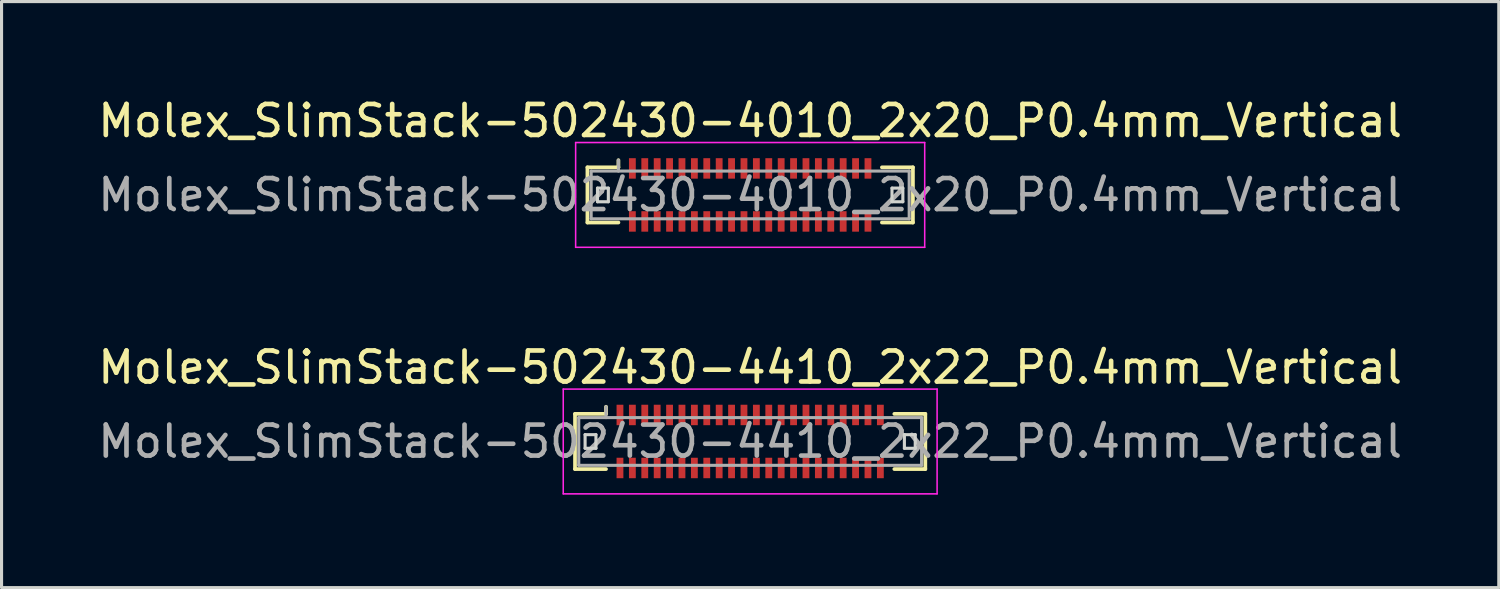
<source format=kicad_pcb>
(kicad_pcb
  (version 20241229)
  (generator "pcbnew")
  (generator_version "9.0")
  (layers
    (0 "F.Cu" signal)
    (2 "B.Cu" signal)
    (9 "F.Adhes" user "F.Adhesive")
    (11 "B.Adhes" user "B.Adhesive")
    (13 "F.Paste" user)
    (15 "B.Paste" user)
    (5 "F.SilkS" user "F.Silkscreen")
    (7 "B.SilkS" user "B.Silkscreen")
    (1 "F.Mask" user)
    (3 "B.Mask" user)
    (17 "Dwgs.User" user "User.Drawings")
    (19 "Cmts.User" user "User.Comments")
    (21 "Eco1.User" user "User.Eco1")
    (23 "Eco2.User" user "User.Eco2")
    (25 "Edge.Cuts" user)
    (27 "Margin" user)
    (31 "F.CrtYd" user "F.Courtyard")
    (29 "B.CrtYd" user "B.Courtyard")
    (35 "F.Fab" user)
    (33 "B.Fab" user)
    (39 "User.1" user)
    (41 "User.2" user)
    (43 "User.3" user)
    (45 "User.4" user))
  (footprint "Molex_SlimStack-502430-4410_2x22_P0.4mm_Vertical"
    (layer "F.Cu")
    (at 21.149 11.191)
    (property "Reference" "Molex_SlimStack-502430-4410_2x22_P0.4mm_Vertical" (at 0 -2.39 0) (layer "F.SilkS") (effects (font (size 1 1) (thickness 0.15))))
    (attr smd)
    (fp_line (start -5.65 -0.89) (end -4.65 -0.89) (stroke (width 0.12) (type solid)) (layer "F.SilkS"))
    (fp_line (start -5.65 0.89) (end -5.65 -0.89) (stroke (width 0.12) (type solid)) (layer "F.SilkS"))
    (fp_line (start -4.65 -0.89) (end -4.65 -1.12) (stroke (width 0.12) (type solid)) (layer "F.SilkS"))
    (fp_line (start -4.65 0.89) (end -5.65 0.89) (stroke (width 0.12) (type solid)) (layer "F.SilkS"))
    (fp_line (start 4.65 0.89) (end 5.65 0.89) (stroke (width 0.12) (type solid)) (layer "F.SilkS"))
    (fp_line (start 5.65 -0.89) (end 4.65 -0.89) (stroke (width 0.12) (type solid)) (layer "F.SilkS"))
    (fp_line (start 5.65 0.89) (end 5.65 -0.89) (stroke (width 0.12) (type solid)) (layer "F.SilkS"))
    (fp_line (start -5.325 -0.22) (end -5.325 0.22) (stroke (width 0.1) (type solid)) (layer "Edge.Cuts"))
    (fp_line (start -5.325 0.22) (end -4.975 0.22) (stroke (width 0.1) (type solid)) (layer "Edge.Cuts"))
    (fp_line (start -4.975 -0.22) (end -5.325 -0.22) (stroke (width 0.1) (type solid)) (layer "Edge.Cuts"))
    (fp_line (start -4.975 0.22) (end -4.975 -0.22) (stroke (width 0.1) (type solid)) (layer "Edge.Cuts"))
    (fp_line (start 4.975 -0.22) (end 4.975 0.22) (stroke (width 0.1) (type solid)) (layer "Edge.Cuts"))
    (fp_line (start 4.975 0.22) (end 5.325 0.22) (stroke (width 0.1) (type solid)) (layer "Edge.Cuts"))
    (fp_line (start 5.325 -0.22) (end 4.975 -0.22) (stroke (width 0.1) (type solid)) (layer "Edge.Cuts"))
    (fp_line (start 5.325 0.22) (end 5.325 -0.22) (stroke (width 0.1) (type solid)) (layer "Edge.Cuts"))
    (fp_line (start -6.03 -1.69) (end -6.03 1.69) (stroke (width 0.05) (type solid)) (layer "F.CrtYd"))
    (fp_line (start -6.03 1.69) (end 6.03 1.69) (stroke (width 0.05) (type solid)) (layer "F.CrtYd"))
    (fp_line (start 6.03 -1.69) (end -6.03 -1.69) (stroke (width 0.05) (type solid)) (layer "F.CrtYd"))
    (fp_line (start 6.03 1.69) (end 6.03 -1.69) (stroke (width 0.05) (type solid)) (layer "F.CrtYd"))
    (fp_line (start -5.53 -0.77) (end -5.53 0.77) (stroke (width 0.1) (type solid)) (layer "F.Fab"))
    (fp_line (start -5.53 0.77) (end 5.53 0.77) (stroke (width 0.1) (type solid)) (layer "F.Fab"))
    (fp_line (start -4.65 -0.77) (end -4.65 -1.12) (stroke (width 0.1) (type solid)) (layer "F.Fab"))
    (fp_line (start 5.53 -0.77) (end -5.53 -0.77) (stroke (width 0.1) (type solid)) (layer "F.Fab"))
    (fp_line (start 5.53 0.77) (end 5.53 -0.77) (stroke (width 0.1) (type solid)) (layer "F.Fab"))
    (fp_text user "${REFERENCE}" (at 0 0 0) (layer "F.Fab") (effects (font (size 1 1) (thickness 0.15))))
    (pad "1" smd rect (at -4.2 -0.855) (size 0.22 0.66) (layers "F.Cu" "F.Mask" "F.Paste"))
    (pad "2" smd rect (at -4.2 0.855) (size 0.22 0.66) (layers "F.Cu" "F.Mask" "F.Paste"))
    (pad "3" smd rect (at -3.8 -0.855) (size 0.22 0.66) (layers "F.Cu" "F.Mask" "F.Paste"))
    (pad "4" smd rect (at -3.8 0.855) (size 0.22 0.66) (layers "F.Cu" "F.Mask" "F.Paste"))
    (pad "5" smd rect (at -3.4 -0.855) (size 0.22 0.66) (layers "F.Cu" "F.Mask" "F.Paste"))
    (pad "6" smd rect (at -3.4 0.855) (size 0.22 0.66) (layers "F.Cu" "F.Mask" "F.Paste"))
    (pad "7" smd rect (at -3 -0.855) (size 0.22 0.66) (layers "F.Cu" "F.Mask" "F.Paste"))
    (pad "8" smd rect (at -3 0.855) (size 0.22 0.66) (layers "F.Cu" "F.Mask" "F.Paste"))
    (pad "9" smd rect (at -2.6 -0.855) (size 0.22 0.66) (layers "F.Cu" "F.Mask" "F.Paste"))
    (pad "10" smd rect (at -2.6 0.855) (size 0.22 0.66) (layers "F.Cu" "F.Mask" "F.Paste"))
    (pad "11" smd rect (at -2.2 -0.855) (size 0.22 0.66) (layers "F.Cu" "F.Mask" "F.Paste"))
    (pad "12" smd rect (at -2.2 0.855) (size 0.22 0.66) (layers "F.Cu" "F.Mask" "F.Paste"))
    (pad "13" smd rect (at -1.8 -0.855) (size 0.22 0.66) (layers "F.Cu" "F.Mask" "F.Paste"))
    (pad "14" smd rect (at -1.8 0.855) (size 0.22 0.66) (layers "F.Cu" "F.Mask" "F.Paste"))
    (pad "15" smd rect (at -1.4 -0.855) (size 0.22 0.66) (layers "F.Cu" "F.Mask" "F.Paste"))
    (pad "16" smd rect (at -1.4 0.855) (size 0.22 0.66) (layers "F.Cu" "F.Mask" "F.Paste"))
    (pad "17" smd rect (at -1 -0.855) (size 0.22 0.66) (layers "F.Cu" "F.Mask" "F.Paste"))
    (pad "18" smd rect (at -1 0.855) (size 0.22 0.66) (layers "F.Cu" "F.Mask" "F.Paste"))
    (pad "19" smd rect (at -0.6 -0.855) (size 0.22 0.66) (layers "F.Cu" "F.Mask" "F.Paste"))
    (pad "20" smd rect (at -0.6 0.855) (size 0.22 0.66) (layers "F.Cu" "F.Mask" "F.Paste"))
    (pad "21" smd rect (at -0.2 -0.855) (size 0.22 0.66) (layers "F.Cu" "F.Mask" "F.Paste"))
    (pad "22" smd rect (at -0.2 0.855) (size 0.22 0.66) (layers "F.Cu" "F.Mask" "F.Paste"))
    (pad "23" smd rect (at 0.2 -0.855) (size 0.22 0.66) (layers "F.Cu" "F.Mask" "F.Paste"))
    (pad "24" smd rect (at 0.2 0.855) (size 0.22 0.66) (layers "F.Cu" "F.Mask" "F.Paste"))
    (pad "25" smd rect (at 0.6 -0.855) (size 0.22 0.66) (layers "F.Cu" "F.Mask" "F.Paste"))
    (pad "26" smd rect (at 0.6 0.855) (size 0.22 0.66) (layers "F.Cu" "F.Mask" "F.Paste"))
    (pad "27" smd rect (at 1 -0.855) (size 0.22 0.66) (layers "F.Cu" "F.Mask" "F.Paste"))
    (pad "28" smd rect (at 1 0.855) (size 0.22 0.66) (layers "F.Cu" "F.Mask" "F.Paste"))
    (pad "29" smd rect (at 1.4 -0.855) (size 0.22 0.66) (layers "F.Cu" "F.Mask" "F.Paste"))
    (pad "30" smd rect (at 1.4 0.855) (size 0.22 0.66) (layers "F.Cu" "F.Mask" "F.Paste"))
    (pad "31" smd rect (at 1.8 -0.855) (size 0.22 0.66) (layers "F.Cu" "F.Mask" "F.Paste"))
    (pad "32" smd rect (at 1.8 0.855) (size 0.22 0.66) (layers "F.Cu" "F.Mask" "F.Paste"))
    (pad "33" smd rect (at 2.2 -0.855) (size 0.22 0.66) (layers "F.Cu" "F.Mask" "F.Paste"))
    (pad "34" smd rect (at 2.2 0.855) (size 0.22 0.66) (layers "F.Cu" "F.Mask" "F.Paste"))
    (pad "35" smd rect (at 2.6 -0.855) (size 0.22 0.66) (layers "F.Cu" "F.Mask" "F.Paste"))
    (pad "36" smd rect (at 2.6 0.855) (size 0.22 0.66) (layers "F.Cu" "F.Mask" "F.Paste"))
    (pad "37" smd rect (at 3 -0.855) (size 0.22 0.66) (layers "F.Cu" "F.Mask" "F.Paste"))
    (pad "38" smd rect (at 3 0.855) (size 0.22 0.66) (layers "F.Cu" "F.Mask" "F.Paste"))
    (pad "39" smd rect (at 3.4 -0.855) (size 0.22 0.66) (layers "F.Cu" "F.Mask" "F.Paste"))
    (pad "40" smd rect (at 3.4 0.855) (size 0.22 0.66) (layers "F.Cu" "F.Mask" "F.Paste"))
    (pad "41" smd rect (at 3.8 -0.855) (size 0.22 0.66) (layers "F.Cu" "F.Mask" "F.Paste"))
    (pad "42" smd rect (at 3.8 0.855) (size 0.22 0.66) (layers "F.Cu" "F.Mask" "F.Paste"))
    (pad "43" smd rect (at 4.2 -0.855) (size 0.22 0.66) (layers "F.Cu" "F.Mask" "F.Paste"))
    (pad "44" smd rect (at 4.2 0.855) (size 0.22 0.66) (layers "F.Cu" "F.Mask" "F.Paste")))
  (footprint "Molex_SlimStack-502430-4010_2x20_P0.4mm_Vertical"
    (layer "F.Cu")
    (at 21.149 3.238)
    (property "Reference" "Molex_SlimStack-502430-4010_2x20_P0.4mm_Vertical" (at 0 -2.39 0) (layer "F.SilkS") (effects (font (size 1 1) (thickness 0.15))))
    (attr smd)
    (fp_line (start -5.25 -0.89) (end -4.25 -0.89) (stroke (width 0.12) (type solid)) (layer "F.SilkS"))
    (fp_line (start -5.25 0.89) (end -5.25 -0.89) (stroke (width 0.12) (type solid)) (layer "F.SilkS"))
    (fp_line (start -4.25 -0.89) (end -4.25 -1.12) (stroke (width 0.12) (type solid)) (layer "F.SilkS"))
    (fp_line (start -4.25 0.89) (end -5.25 0.89) (stroke (width 0.12) (type solid)) (layer "F.SilkS"))
    (fp_line (start 4.25 0.89) (end 5.25 0.89) (stroke (width 0.12) (type solid)) (layer "F.SilkS"))
    (fp_line (start 5.25 -0.89) (end 4.25 -0.89) (stroke (width 0.12) (type solid)) (layer "F.SilkS"))
    (fp_line (start 5.25 0.89) (end 5.25 -0.89) (stroke (width 0.12) (type solid)) (layer "F.SilkS"))
    (fp_line (start -4.925 -0.22) (end -4.925 0.22) (stroke (width 0.1) (type solid)) (layer "Edge.Cuts"))
    (fp_line (start -4.925 0.22) (end -4.575 0.22) (stroke (width 0.1) (type solid)) (layer "Edge.Cuts"))
    (fp_line (start -4.575 -0.22) (end -4.925 -0.22) (stroke (width 0.1) (type solid)) (layer "Edge.Cuts"))
    (fp_line (start -4.575 0.22) (end -4.575 -0.22) (stroke (width 0.1) (type solid)) (layer "Edge.Cuts"))
    (fp_line (start 4.575 -0.22) (end 4.575 0.22) (stroke (width 0.1) (type solid)) (layer "Edge.Cuts"))
    (fp_line (start 4.575 0.22) (end 4.925 0.22) (stroke (width 0.1) (type solid)) (layer "Edge.Cuts"))
    (fp_line (start 4.925 -0.22) (end 4.575 -0.22) (stroke (width 0.1) (type solid)) (layer "Edge.Cuts"))
    (fp_line (start 4.925 0.22) (end 4.925 -0.22) (stroke (width 0.1) (type solid)) (layer "Edge.Cuts"))
    (fp_line (start -5.63 -1.69) (end -5.63 1.69) (stroke (width 0.05) (type solid)) (layer "F.CrtYd"))
    (fp_line (start -5.63 1.69) (end 5.63 1.69) (stroke (width 0.05) (type solid)) (layer "F.CrtYd"))
    (fp_line (start 5.63 -1.69) (end -5.63 -1.69) (stroke (width 0.05) (type solid)) (layer "F.CrtYd"))
    (fp_line (start 5.63 1.69) (end 5.63 -1.69) (stroke (width 0.05) (type solid)) (layer "F.CrtYd"))
    (fp_line (start -5.13 -0.77) (end -5.13 0.77) (stroke (width 0.1) (type solid)) (layer "F.Fab"))
    (fp_line (start -5.13 0.77) (end 5.13 0.77) (stroke (width 0.1) (type solid)) (layer "F.Fab"))
    (fp_line (start -4.25 -0.77) (end -4.25 -1.12) (stroke (width 0.1) (type solid)) (layer "F.Fab"))
    (fp_line (start 5.13 -0.77) (end -5.13 -0.77) (stroke (width 0.1) (type solid)) (layer "F.Fab"))
    (fp_line (start 5.13 0.77) (end 5.13 -0.77) (stroke (width 0.1) (type solid)) (layer "F.Fab"))
    (fp_text user "${REFERENCE}" (at 0 0 0) (layer "F.Fab") (effects (font (size 1 1) (thickness 0.15))))
    (pad "1" smd rect (at -3.8 -0.855) (size 0.22 0.66) (layers "F.Cu" "F.Mask" "F.Paste"))
    (pad "2" smd rect (at -3.8 0.855) (size 0.22 0.66) (layers "F.Cu" "F.Mask" "F.Paste"))
    (pad "3" smd rect (at -3.4 -0.855) (size 0.22 0.66) (layers "F.Cu" "F.Mask" "F.Paste"))
    (pad "4" smd rect (at -3.4 0.855) (size 0.22 0.66) (layers "F.Cu" "F.Mask" "F.Paste"))
    (pad "5" smd rect (at -3 -0.855) (size 0.22 0.66) (layers "F.Cu" "F.Mask" "F.Paste"))
    (pad "6" smd rect (at -3 0.855) (size 0.22 0.66) (layers "F.Cu" "F.Mask" "F.Paste"))
    (pad "7" smd rect (at -2.6 -0.855) (size 0.22 0.66) (layers "F.Cu" "F.Mask" "F.Paste"))
    (pad "8" smd rect (at -2.6 0.855) (size 0.22 0.66) (layers "F.Cu" "F.Mask" "F.Paste"))
    (pad "9" smd rect (at -2.2 -0.855) (size 0.22 0.66) (layers "F.Cu" "F.Mask" "F.Paste"))
    (pad "10" smd rect (at -2.2 0.855) (size 0.22 0.66) (layers "F.Cu" "F.Mask" "F.Paste"))
    (pad "11" smd rect (at -1.8 -0.855) (size 0.22 0.66) (layers "F.Cu" "F.Mask" "F.Paste"))
    (pad "12" smd rect (at -1.8 0.855) (size 0.22 0.66) (layers "F.Cu" "F.Mask" "F.Paste"))
    (pad "13" smd rect (at -1.4 -0.855) (size 0.22 0.66) (layers "F.Cu" "F.Mask" "F.Paste"))
    (pad "14" smd rect (at -1.4 0.855) (size 0.22 0.66) (layers "F.Cu" "F.Mask" "F.Paste"))
    (pad "15" smd rect (at -1 -0.855) (size 0.22 0.66) (layers "F.Cu" "F.Mask" "F.Paste"))
    (pad "16" smd rect (at -1 0.855) (size 0.22 0.66) (layers "F.Cu" "F.Mask" "F.Paste"))
    (pad "17" smd rect (at -0.6 -0.855) (size 0.22 0.66) (layers "F.Cu" "F.Mask" "F.Paste"))
    (pad "18" smd rect (at -0.6 0.855) (size 0.22 0.66) (layers "F.Cu" "F.Mask" "F.Paste"))
    (pad "19" smd rect (at -0.2 -0.855) (size 0.22 0.66) (layers "F.Cu" "F.Mask" "F.Paste"))
    (pad "20" smd rect (at -0.2 0.855) (size 0.22 0.66) (layers "F.Cu" "F.Mask" "F.Paste"))
    (pad "21" smd rect (at 0.2 -0.855) (size 0.22 0.66) (layers "F.Cu" "F.Mask" "F.Paste"))
    (pad "22" smd rect (at 0.2 0.855) (size 0.22 0.66) (layers "F.Cu" "F.Mask" "F.Paste"))
    (pad "23" smd rect (at 0.6 -0.855) (size 0.22 0.66) (layers "F.Cu" "F.Mask" "F.Paste"))
    (pad "24" smd rect (at 0.6 0.855) (size 0.22 0.66) (layers "F.Cu" "F.Mask" "F.Paste"))
    (pad "25" smd rect (at 1 -0.855) (size 0.22 0.66) (layers "F.Cu" "F.Mask" "F.Paste"))
    (pad "26" smd rect (at 1 0.855) (size 0.22 0.66) (layers "F.Cu" "F.Mask" "F.Paste"))
    (pad "27" smd rect (at 1.4 -0.855) (size 0.22 0.66) (layers "F.Cu" "F.Mask" "F.Paste"))
    (pad "28" smd rect (at 1.4 0.855) (size 0.22 0.66) (layers "F.Cu" "F.Mask" "F.Paste"))
    (pad "29" smd rect (at 1.8 -0.855) (size 0.22 0.66) (layers "F.Cu" "F.Mask" "F.Paste"))
    (pad "30" smd rect (at 1.8 0.855) (size 0.22 0.66) (layers "F.Cu" "F.Mask" "F.Paste"))
    (pad "31" smd rect (at 2.2 -0.855) (size 0.22 0.66) (layers "F.Cu" "F.Mask" "F.Paste"))
    (pad "32" smd rect (at 2.2 0.855) (size 0.22 0.66) (layers "F.Cu" "F.Mask" "F.Paste"))
    (pad "33" smd rect (at 2.6 -0.855) (size 0.22 0.66) (layers "F.Cu" "F.Mask" "F.Paste"))
    (pad "34" smd rect (at 2.6 0.855) (size 0.22 0.66) (layers "F.Cu" "F.Mask" "F.Paste"))
    (pad "35" smd rect (at 3 -0.855) (size 0.22 0.66) (layers "F.Cu" "F.Mask" "F.Paste"))
    (pad "36" smd rect (at 3 0.855) (size 0.22 0.66) (layers "F.Cu" "F.Mask" "F.Paste"))
    (pad "37" smd rect (at 3.4 -0.855) (size 0.22 0.66) (layers "F.Cu" "F.Mask" "F.Paste"))
    (pad "38" smd rect (at 3.4 0.855) (size 0.22 0.66) (layers "F.Cu" "F.Mask" "F.Paste"))
    (pad "39" smd rect (at 3.8 -0.855) (size 0.22 0.66) (layers "F.Cu" "F.Mask" "F.Paste"))
    (pad "40" smd rect (at 3.8 0.855) (size 0.22 0.66) (layers "F.Cu" "F.Mask" "F.Paste")))
  (gr_rect
    (start -3 -3)
    (end 45.298 15.906)
    (stroke (width 0.1) (type default))
    (fill no)
    (layer "Edge.Cuts")))
</source>
